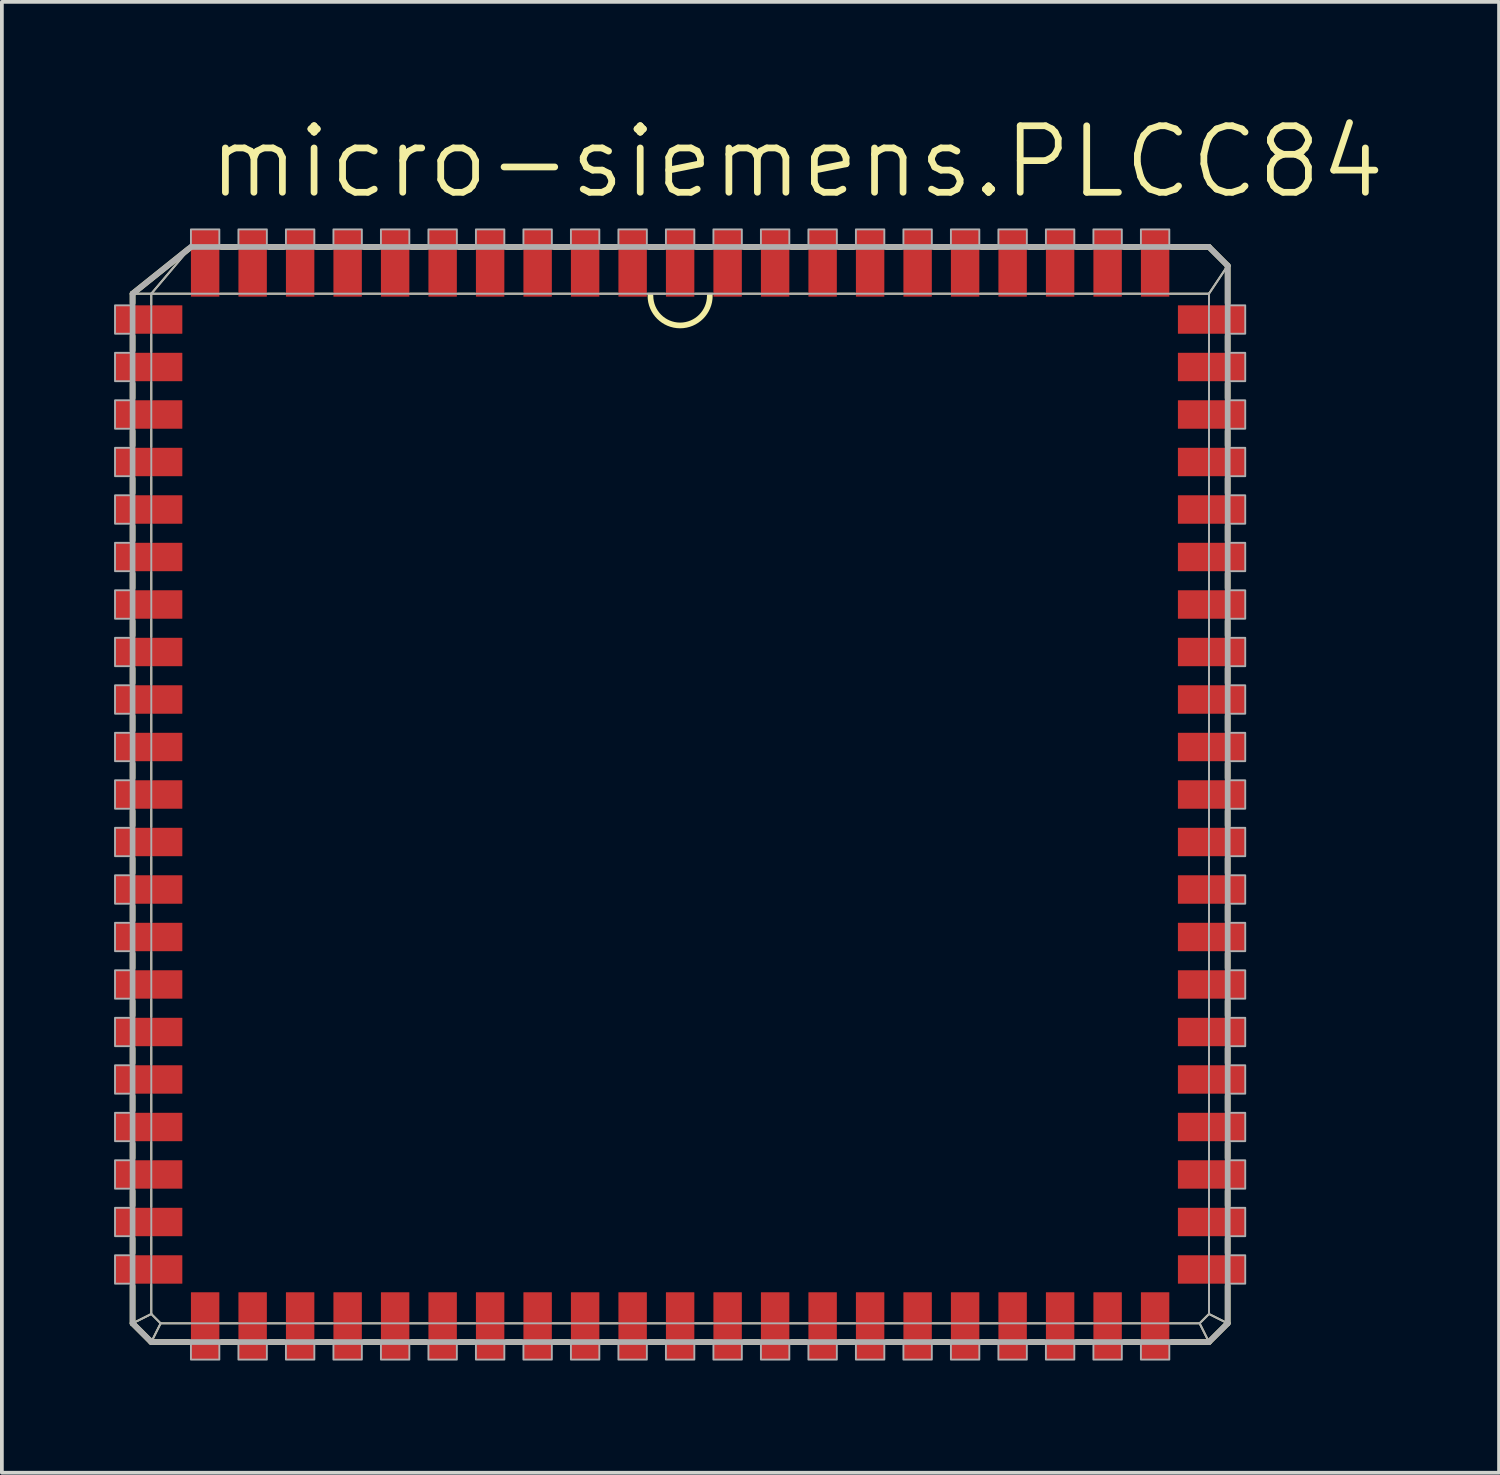
<source format=kicad_pcb>
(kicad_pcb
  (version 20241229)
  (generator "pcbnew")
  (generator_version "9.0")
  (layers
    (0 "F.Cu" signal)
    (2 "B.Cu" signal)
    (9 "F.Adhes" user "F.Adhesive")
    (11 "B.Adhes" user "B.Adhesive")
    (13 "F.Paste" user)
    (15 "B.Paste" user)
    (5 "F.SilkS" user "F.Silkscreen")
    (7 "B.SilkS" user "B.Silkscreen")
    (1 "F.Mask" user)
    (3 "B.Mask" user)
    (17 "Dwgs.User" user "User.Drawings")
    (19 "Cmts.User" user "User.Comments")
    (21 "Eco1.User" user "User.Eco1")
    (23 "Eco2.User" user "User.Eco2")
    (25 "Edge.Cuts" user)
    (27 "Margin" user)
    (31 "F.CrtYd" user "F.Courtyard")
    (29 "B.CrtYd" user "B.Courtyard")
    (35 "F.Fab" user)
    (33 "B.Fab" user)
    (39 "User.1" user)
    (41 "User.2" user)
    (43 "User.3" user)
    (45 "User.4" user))
  (footprint "micro-siemens.PLCC84"
    (layer "F.Cu")
    (at 15.135 18.193)
    (property "Reference" "micro-siemens.PLCC84" (at -12.7 -15.875 0) (layer "F.SilkS") (effects (font (size 1.778 1.778) (thickness 0.18)) (justify left bottom)))
    (attr smd)
    (fp_line (start -14.64 -13.39) (end -14.14 -13.39) (stroke (width 0.051) (type default)) (layer "F.SilkS"))
    (fp_line (start -14.64 -13.39) (end -13.14 -14.59) (stroke (width 0.152) (type default)) (layer "F.SilkS"))
    (fp_line (start -14.64 -13.14) (end -14.64 -13.39) (stroke (width 0.152) (type default)) (layer "F.SilkS"))
    (fp_line (start -14.64 -11.87) (end -14.64 -12.26) (stroke (width 0.152) (type default)) (layer "F.SilkS"))
    (fp_line (start -14.64 -10.6) (end -14.64 -10.99) (stroke (width 0.152) (type default)) (layer "F.SilkS"))
    (fp_line (start -14.64 -9.33) (end -14.64 -9.72) (stroke (width 0.152) (type default)) (layer "F.SilkS"))
    (fp_line (start -14.64 -8.06) (end -14.64 -8.45) (stroke (width 0.152) (type default)) (layer "F.SilkS"))
    (fp_line (start -14.64 -6.79) (end -14.64 -7.18) (stroke (width 0.152) (type default)) (layer "F.SilkS"))
    (fp_line (start -14.64 -5.52) (end -14.64 -5.91) (stroke (width 0.152) (type default)) (layer "F.SilkS"))
    (fp_line (start -14.64 -4.25) (end -14.64 -4.64) (stroke (width 0.152) (type default)) (layer "F.SilkS"))
    (fp_line (start -14.64 -2.98) (end -14.64 -3.37) (stroke (width 0.152) (type default)) (layer "F.SilkS"))
    (fp_line (start -14.64 -1.71) (end -14.64 -2.1) (stroke (width 0.152) (type default)) (layer "F.SilkS"))
    (fp_line (start -14.64 -0.44) (end -14.64 -0.83) (stroke (width 0.152) (type default)) (layer "F.SilkS"))
    (fp_line (start -14.64 0.83) (end -14.64 0.44) (stroke (width 0.152) (type default)) (layer "F.SilkS"))
    (fp_line (start -14.64 2.1) (end -14.64 1.71) (stroke (width 0.152) (type default)) (layer "F.SilkS"))
    (fp_line (start -14.64 3.37) (end -14.64 2.98) (stroke (width 0.152) (type default)) (layer "F.SilkS"))
    (fp_line (start -14.64 4.64) (end -14.64 4.25) (stroke (width 0.152) (type default)) (layer "F.SilkS"))
    (fp_line (start -14.64 5.91) (end -14.64 5.52) (stroke (width 0.152) (type default)) (layer "F.SilkS"))
    (fp_line (start -14.64 7.18) (end -14.64 6.79) (stroke (width 0.152) (type default)) (layer "F.SilkS"))
    (fp_line (start -14.64 8.45) (end -14.64 8.06) (stroke (width 0.152) (type default)) (layer "F.SilkS"))
    (fp_line (start -14.64 9.72) (end -14.64 9.33) (stroke (width 0.152) (type default)) (layer "F.SilkS"))
    (fp_line (start -14.64 10.99) (end -14.64 10.6) (stroke (width 0.152) (type default)) (layer "F.SilkS"))
    (fp_line (start -14.64 12.26) (end -14.64 11.87) (stroke (width 0.152) (type default)) (layer "F.SilkS"))
    (fp_line (start -14.64 14.14) (end -14.64 13.14) (stroke (width 0.152) (type default)) (layer "F.SilkS"))
    (fp_line (start -14.64 14.14) (end -14.14 13.89) (stroke (width 0.051) (type default)) (layer "F.SilkS"))
    (fp_line (start -14.14 -13.39) (end -13.1 -14.62) (stroke (width 0.051) (type default)) (layer "F.SilkS"))
    (fp_line (start -14.14 -13.39) (end -13.1 -13.39) (stroke (width 0.051) (type default)) (layer "F.SilkS"))
    (fp_line (start -14.14 -13.1) (end -14.14 -13.39) (stroke (width 0.051) (type default)) (layer "F.SilkS"))
    (fp_line (start -14.14 -11.83) (end -14.14 -12.3) (stroke (width 0.051) (type default)) (layer "F.SilkS"))
    (fp_line (start -14.14 -10.56) (end -14.14 -11.03) (stroke (width 0.051) (type default)) (layer "F.SilkS"))
    (fp_line (start -14.14 -9.29) (end -14.14 -9.76) (stroke (width 0.051) (type default)) (layer "F.SilkS"))
    (fp_line (start -14.14 -8.02) (end -14.14 -8.49) (stroke (width 0.051) (type default)) (layer "F.SilkS"))
    (fp_line (start -14.14 -6.75) (end -14.14 -7.22) (stroke (width 0.051) (type default)) (layer "F.SilkS"))
    (fp_line (start -14.14 -5.48) (end -14.14 -5.95) (stroke (width 0.051) (type default)) (layer "F.SilkS"))
    (fp_line (start -14.14 -4.21) (end -14.14 -4.68) (stroke (width 0.051) (type default)) (layer "F.SilkS"))
    (fp_line (start -14.14 -2.94) (end -14.14 -3.41) (stroke (width 0.051) (type default)) (layer "F.SilkS"))
    (fp_line (start -14.14 -1.67) (end -14.14 -2.14) (stroke (width 0.051) (type default)) (layer "F.SilkS"))
    (fp_line (start -14.14 -0.4) (end -14.14 -0.87) (stroke (width 0.051) (type default)) (layer "F.SilkS"))
    (fp_line (start -14.14 0.87) (end -14.14 0.4) (stroke (width 0.051) (type default)) (layer "F.SilkS"))
    (fp_line (start -14.14 2.14) (end -14.14 1.67) (stroke (width 0.051) (type default)) (layer "F.SilkS"))
    (fp_line (start -14.14 3.41) (end -14.14 2.94) (stroke (width 0.051) (type default)) (layer "F.SilkS"))
    (fp_line (start -14.14 4.68) (end -14.14 4.21) (stroke (width 0.051) (type default)) (layer "F.SilkS"))
    (fp_line (start -14.14 5.95) (end -14.14 5.48) (stroke (width 0.051) (type default)) (layer "F.SilkS"))
    (fp_line (start -14.14 7.22) (end -14.14 6.75) (stroke (width 0.051) (type default)) (layer "F.SilkS"))
    (fp_line (start -14.14 8.49) (end -14.14 8.02) (stroke (width 0.051) (type default)) (layer "F.SilkS"))
    (fp_line (start -14.14 9.76) (end -14.14 9.29) (stroke (width 0.051) (type default)) (layer "F.SilkS"))
    (fp_line (start -14.14 11.03) (end -14.14 10.56) (stroke (width 0.051) (type default)) (layer "F.SilkS"))
    (fp_line (start -14.14 12.3) (end -14.14 11.83) (stroke (width 0.051) (type default)) (layer "F.SilkS"))
    (fp_line (start -14.14 13.89) (end -14.14 13.1) (stroke (width 0.051) (type default)) (layer "F.SilkS"))
    (fp_line (start -14.14 14.64) (end -14.64 14.14) (stroke (width 0.152) (type default)) (layer "F.SilkS"))
    (fp_line (start -14.14 14.64) (end -13.89 14.14) (stroke (width 0.051) (type default)) (layer "F.SilkS"))
    (fp_line (start -13.89 14.14) (end -14.14 13.89) (stroke (width 0.051) (type default)) (layer "F.SilkS"))
    (fp_line (start -13.14 14.64) (end -14.14 14.64) (stroke (width 0.152) (type default)) (layer "F.SilkS"))
    (fp_line (start -13.1 14.14) (end -13.89 14.14) (stroke (width 0.051) (type default)) (layer "F.SilkS"))
    (fp_line (start -12.3 -13.39) (end -11.83 -13.39) (stroke (width 0.051) (type default)) (layer "F.SilkS"))
    (fp_line (start -12.26 -14.64) (end -11.87 -14.64) (stroke (width 0.152) (type default)) (layer "F.SilkS"))
    (fp_line (start -11.87 14.64) (end -12.26 14.64) (stroke (width 0.152) (type default)) (layer "F.SilkS"))
    (fp_line (start -11.83 14.14) (end -12.3 14.14) (stroke (width 0.051) (type default)) (layer "F.SilkS"))
    (fp_line (start -11.03 -13.39) (end -10.56 -13.39) (stroke (width 0.051) (type default)) (layer "F.SilkS"))
    (fp_line (start -10.99 -14.64) (end -10.6 -14.64) (stroke (width 0.152) (type default)) (layer "F.SilkS"))
    (fp_line (start -10.6 14.64) (end -10.99 14.64) (stroke (width 0.152) (type default)) (layer "F.SilkS"))
    (fp_line (start -10.56 14.14) (end -11.03 14.14) (stroke (width 0.051) (type default)) (layer "F.SilkS"))
    (fp_line (start -9.76 -13.39) (end -9.29 -13.39) (stroke (width 0.051) (type default)) (layer "F.SilkS"))
    (fp_line (start -9.72 -14.64) (end -9.33 -14.64) (stroke (width 0.152) (type default)) (layer "F.SilkS"))
    (fp_line (start -9.33 14.64) (end -9.72 14.64) (stroke (width 0.152) (type default)) (layer "F.SilkS"))
    (fp_line (start -9.29 14.14) (end -9.76 14.14) (stroke (width 0.051) (type default)) (layer "F.SilkS"))
    (fp_line (start -8.49 -13.39) (end -8.02 -13.39) (stroke (width 0.051) (type default)) (layer "F.SilkS"))
    (fp_line (start -8.45 -14.64) (end -8.06 -14.64) (stroke (width 0.152) (type default)) (layer "F.SilkS"))
    (fp_line (start -8.06 14.64) (end -8.45 14.64) (stroke (width 0.152) (type default)) (layer "F.SilkS"))
    (fp_line (start -8.02 14.14) (end -8.49 14.14) (stroke (width 0.051) (type default)) (layer "F.SilkS"))
    (fp_line (start -7.22 -13.39) (end -6.75 -13.39) (stroke (width 0.051) (type default)) (layer "F.SilkS"))
    (fp_line (start -7.18 -14.64) (end -6.79 -14.64) (stroke (width 0.152) (type default)) (layer "F.SilkS"))
    (fp_line (start -6.79 14.64) (end -7.18 14.64) (stroke (width 0.152) (type default)) (layer "F.SilkS"))
    (fp_line (start -6.75 14.14) (end -7.22 14.14) (stroke (width 0.051) (type default)) (layer "F.SilkS"))
    (fp_line (start -5.95 -13.39) (end -5.48 -13.39) (stroke (width 0.051) (type default)) (layer "F.SilkS"))
    (fp_line (start -5.91 -14.64) (end -5.52 -14.64) (stroke (width 0.152) (type default)) (layer "F.SilkS"))
    (fp_line (start -5.52 14.64) (end -5.91 14.64) (stroke (width 0.152) (type default)) (layer "F.SilkS"))
    (fp_line (start -5.48 14.14) (end -5.95 14.14) (stroke (width 0.051) (type default)) (layer "F.SilkS"))
    (fp_line (start -4.68 -13.39) (end -4.21 -13.39) (stroke (width 0.051) (type default)) (layer "F.SilkS"))
    (fp_line (start -4.64 -14.64) (end -4.25 -14.64) (stroke (width 0.152) (type default)) (layer "F.SilkS"))
    (fp_line (start -4.25 14.64) (end -4.64 14.64) (stroke (width 0.152) (type default)) (layer "F.SilkS"))
    (fp_line (start -4.21 14.14) (end -4.68 14.14) (stroke (width 0.051) (type default)) (layer "F.SilkS"))
    (fp_line (start -3.41 -13.39) (end -2.94 -13.39) (stroke (width 0.051) (type default)) (layer "F.SilkS"))
    (fp_line (start -3.37 -14.64) (end -2.98 -14.64) (stroke (width 0.152) (type default)) (layer "F.SilkS"))
    (fp_line (start -2.98 14.64) (end -3.37 14.64) (stroke (width 0.152) (type default)) (layer "F.SilkS"))
    (fp_line (start -2.94 14.14) (end -3.41 14.14) (stroke (width 0.051) (type default)) (layer "F.SilkS"))
    (fp_line (start -2.14 -13.39) (end -1.67 -13.39) (stroke (width 0.051) (type default)) (layer "F.SilkS"))
    (fp_line (start -2.1 -14.64) (end -1.71 -14.64) (stroke (width 0.152) (type default)) (layer "F.SilkS"))
    (fp_line (start -1.71 14.64) (end -2.1 14.64) (stroke (width 0.152) (type default)) (layer "F.SilkS"))
    (fp_line (start -1.67 14.14) (end -2.14 14.14) (stroke (width 0.051) (type default)) (layer "F.SilkS"))
    (fp_line (start -0.87 -13.39) (end -0.4 -13.39) (stroke (width 0.051) (type default)) (layer "F.SilkS"))
    (fp_line (start -0.83 -14.64) (end -0.44 -14.64) (stroke (width 0.152) (type default)) (layer "F.SilkS"))
    (fp_line (start -0.44 14.64) (end -0.83 14.64) (stroke (width 0.152) (type default)) (layer "F.SilkS"))
    (fp_line (start -0.4 14.14) (end -0.87 14.14) (stroke (width 0.051) (type default)) (layer "F.SilkS"))
    (fp_line (start 0.4 -13.39) (end 0.87 -13.39) (stroke (width 0.051) (type default)) (layer "F.SilkS"))
    (fp_line (start 0.44 -14.64) (end 0.83 -14.64) (stroke (width 0.152) (type default)) (layer "F.SilkS"))
    (fp_line (start 0.83 14.64) (end 0.44 14.64) (stroke (width 0.152) (type default)) (layer "F.SilkS"))
    (fp_line (start 0.87 14.14) (end 0.4 14.14) (stroke (width 0.051) (type default)) (layer "F.SilkS"))
    (fp_line (start 1.67 -13.39) (end 2.14 -13.39) (stroke (width 0.051) (type default)) (layer "F.SilkS"))
    (fp_line (start 1.71 -14.64) (end 2.1 -14.64) (stroke (width 0.152) (type default)) (layer "F.SilkS"))
    (fp_line (start 2.1 14.64) (end 1.71 14.64) (stroke (width 0.152) (type default)) (layer "F.SilkS"))
    (fp_line (start 2.14 14.14) (end 1.67 14.14) (stroke (width 0.051) (type default)) (layer "F.SilkS"))
    (fp_line (start 2.94 -13.39) (end 3.41 -13.39) (stroke (width 0.051) (type default)) (layer "F.SilkS"))
    (fp_line (start 2.98 -14.64) (end 3.37 -14.64) (stroke (width 0.152) (type default)) (layer "F.SilkS"))
    (fp_line (start 3.37 14.64) (end 2.98 14.64) (stroke (width 0.152) (type default)) (layer "F.SilkS"))
    (fp_line (start 3.41 14.14) (end 2.94 14.14) (stroke (width 0.051) (type default)) (layer "F.SilkS"))
    (fp_line (start 4.21 -13.39) (end 4.68 -13.39) (stroke (width 0.051) (type default)) (layer "F.SilkS"))
    (fp_line (start 4.25 -14.64) (end 4.64 -14.64) (stroke (width 0.152) (type default)) (layer "F.SilkS"))
    (fp_line (start 4.64 14.64) (end 4.25 14.64) (stroke (width 0.152) (type default)) (layer "F.SilkS"))
    (fp_line (start 4.68 14.14) (end 4.21 14.14) (stroke (width 0.051) (type default)) (layer "F.SilkS"))
    (fp_line (start 5.48 -13.39) (end 5.95 -13.39) (stroke (width 0.051) (type default)) (layer "F.SilkS"))
    (fp_line (start 5.52 -14.64) (end 5.91 -14.64) (stroke (width 0.152) (type default)) (layer "F.SilkS"))
    (fp_line (start 5.91 14.64) (end 5.52 14.64) (stroke (width 0.152) (type default)) (layer "F.SilkS"))
    (fp_line (start 5.95 14.14) (end 5.48 14.14) (stroke (width 0.051) (type default)) (layer "F.SilkS"))
    (fp_line (start 6.75 -13.39) (end 7.22 -13.39) (stroke (width 0.051) (type default)) (layer "F.SilkS"))
    (fp_line (start 6.79 -14.64) (end 7.18 -14.64) (stroke (width 0.152) (type default)) (layer "F.SilkS"))
    (fp_line (start 7.18 14.64) (end 6.79 14.64) (stroke (width 0.152) (type default)) (layer "F.SilkS"))
    (fp_line (start 7.22 14.14) (end 6.75 14.14) (stroke (width 0.051) (type default)) (layer "F.SilkS"))
    (fp_line (start 8.02 -13.39) (end 8.49 -13.39) (stroke (width 0.051) (type default)) (layer "F.SilkS"))
    (fp_line (start 8.06 -14.64) (end 8.45 -14.64) (stroke (width 0.152) (type default)) (layer "F.SilkS"))
    (fp_line (start 8.45 14.64) (end 8.06 14.64) (stroke (width 0.152) (type default)) (layer "F.SilkS"))
    (fp_line (start 8.49 14.14) (end 8.02 14.14) (stroke (width 0.051) (type default)) (layer "F.SilkS"))
    (fp_line (start 9.29 -13.39) (end 9.76 -13.39) (stroke (width 0.051) (type default)) (layer "F.SilkS"))
    (fp_line (start 9.33 -14.64) (end 9.72 -14.64) (stroke (width 0.152) (type default)) (layer "F.SilkS"))
    (fp_line (start 9.72 14.64) (end 9.33 14.64) (stroke (width 0.152) (type default)) (layer "F.SilkS"))
    (fp_line (start 9.76 14.14) (end 9.29 14.14) (stroke (width 0.051) (type default)) (layer "F.SilkS"))
    (fp_line (start 10.56 -13.39) (end 11.03 -13.39) (stroke (width 0.051) (type default)) (layer "F.SilkS"))
    (fp_line (start 10.6 -14.64) (end 10.99 -14.64) (stroke (width 0.152) (type default)) (layer "F.SilkS"))
    (fp_line (start 10.99 14.64) (end 10.6 14.64) (stroke (width 0.152) (type default)) (layer "F.SilkS"))
    (fp_line (start 11.03 14.14) (end 10.56 14.14) (stroke (width 0.051) (type default)) (layer "F.SilkS"))
    (fp_line (start 11.83 -13.39) (end 12.3 -13.39) (stroke (width 0.051) (type default)) (layer "F.SilkS"))
    (fp_line (start 11.87 -14.64) (end 12.26 -14.64) (stroke (width 0.152) (type default)) (layer "F.SilkS"))
    (fp_line (start 12.26 14.64) (end 11.87 14.64) (stroke (width 0.152) (type default)) (layer "F.SilkS"))
    (fp_line (start 12.3 14.14) (end 11.83 14.14) (stroke (width 0.051) (type default)) (layer "F.SilkS"))
    (fp_line (start 13.1 -13.39) (end 14.14 -13.39) (stroke (width 0.051) (type default)) (layer "F.SilkS"))
    (fp_line (start 13.14 -14.64) (end 14.14 -14.64) (stroke (width 0.152) (type default)) (layer "F.SilkS"))
    (fp_line (start 13.89 14.14) (end 13.1 14.14) (stroke (width 0.051) (type default)) (layer "F.SilkS"))
    (fp_line (start 13.89 14.14) (end 14.14 14.64) (stroke (width 0.051) (type default)) (layer "F.SilkS"))
    (fp_line (start 14.14 -14.64) (end 14.64 -14.14) (stroke (width 0.152) (type default)) (layer "F.SilkS"))
    (fp_line (start 14.14 -13.39) (end 14.14 -13.1) (stroke (width 0.051) (type default)) (layer "F.SilkS"))
    (fp_line (start 14.14 -12.3) (end 14.14 -11.83) (stroke (width 0.051) (type default)) (layer "F.SilkS"))
    (fp_line (start 14.14 -11.03) (end 14.14 -10.56) (stroke (width 0.051) (type default)) (layer "F.SilkS"))
    (fp_line (start 14.14 -9.76) (end 14.14 -9.29) (stroke (width 0.051) (type default)) (layer "F.SilkS"))
    (fp_line (start 14.14 -8.49) (end 14.14 -8.02) (stroke (width 0.051) (type default)) (layer "F.SilkS"))
    (fp_line (start 14.14 -7.22) (end 14.14 -6.75) (stroke (width 0.051) (type default)) (layer "F.SilkS"))
    (fp_line (start 14.14 -5.95) (end 14.14 -5.48) (stroke (width 0.051) (type default)) (layer "F.SilkS"))
    (fp_line (start 14.14 -4.68) (end 14.14 -4.21) (stroke (width 0.051) (type default)) (layer "F.SilkS"))
    (fp_line (start 14.14 -3.41) (end 14.14 -2.94) (stroke (width 0.051) (type default)) (layer "F.SilkS"))
    (fp_line (start 14.14 -2.14) (end 14.14 -1.67) (stroke (width 0.051) (type default)) (layer "F.SilkS"))
    (fp_line (start 14.14 -0.87) (end 14.14 -0.4) (stroke (width 0.051) (type default)) (layer "F.SilkS"))
    (fp_line (start 14.14 0.4) (end 14.14 0.87) (stroke (width 0.051) (type default)) (layer "F.SilkS"))
    (fp_line (start 14.14 1.67) (end 14.14 2.14) (stroke (width 0.051) (type default)) (layer "F.SilkS"))
    (fp_line (start 14.14 2.94) (end 14.14 3.41) (stroke (width 0.051) (type default)) (layer "F.SilkS"))
    (fp_line (start 14.14 4.21) (end 14.14 4.68) (stroke (width 0.051) (type default)) (layer "F.SilkS"))
    (fp_line (start 14.14 5.48) (end 14.14 5.95) (stroke (width 0.051) (type default)) (layer "F.SilkS"))
    (fp_line (start 14.14 6.75) (end 14.14 7.22) (stroke (width 0.051) (type default)) (layer "F.SilkS"))
    (fp_line (start 14.14 8.02) (end 14.14 8.49) (stroke (width 0.051) (type default)) (layer "F.SilkS"))
    (fp_line (start 14.14 9.29) (end 14.14 9.76) (stroke (width 0.051) (type default)) (layer "F.SilkS"))
    (fp_line (start 14.14 10.56) (end 14.14 11.03) (stroke (width 0.051) (type default)) (layer "F.SilkS"))
    (fp_line (start 14.14 11.83) (end 14.14 12.3) (stroke (width 0.051) (type default)) (layer "F.SilkS"))
    (fp_line (start 14.14 13.1) (end 14.14 13.89) (stroke (width 0.051) (type default)) (layer "F.SilkS"))
    (fp_line (start 14.14 13.89) (end 13.89 14.14) (stroke (width 0.051) (type default)) (layer "F.SilkS"))
    (fp_line (start 14.14 13.89) (end 14.64 14.14) (stroke (width 0.051) (type default)) (layer "F.SilkS"))
    (fp_line (start 14.14 14.64) (end 13.14 14.64) (stroke (width 0.152) (type default)) (layer "F.SilkS"))
    (fp_line (start 14.64 -14.14) (end 14.14 -13.39) (stroke (width 0.051) (type default)) (layer "F.SilkS"))
    (fp_line (start 14.64 -14.14) (end 14.64 -13.14) (stroke (width 0.152) (type default)) (layer "F.SilkS"))
    (fp_line (start 14.64 -12.26) (end 14.64 -11.87) (stroke (width 0.152) (type default)) (layer "F.SilkS"))
    (fp_line (start 14.64 -10.99) (end 14.64 -10.6) (stroke (width 0.152) (type default)) (layer "F.SilkS"))
    (fp_line (start 14.64 -9.72) (end 14.64 -9.33) (stroke (width 0.152) (type default)) (layer "F.SilkS"))
    (fp_line (start 14.64 -8.45) (end 14.64 -8.06) (stroke (width 0.152) (type default)) (layer "F.SilkS"))
    (fp_line (start 14.64 -7.18) (end 14.64 -6.79) (stroke (width 0.152) (type default)) (layer "F.SilkS"))
    (fp_line (start 14.64 -5.91) (end 14.64 -5.52) (stroke (width 0.152) (type default)) (layer "F.SilkS"))
    (fp_line (start 14.64 -4.64) (end 14.64 -4.25) (stroke (width 0.152) (type default)) (layer "F.SilkS"))
    (fp_line (start 14.64 -3.37) (end 14.64 -2.98) (stroke (width 0.152) (type default)) (layer "F.SilkS"))
    (fp_line (start 14.64 -2.1) (end 14.64 -1.71) (stroke (width 0.152) (type default)) (layer "F.SilkS"))
    (fp_line (start 14.64 -0.83) (end 14.64 -0.44) (stroke (width 0.152) (type default)) (layer "F.SilkS"))
    (fp_line (start 14.64 0.44) (end 14.64 0.83) (stroke (width 0.152) (type default)) (layer "F.SilkS"))
    (fp_line (start 14.64 1.71) (end 14.64 2.1) (stroke (width 0.152) (type default)) (layer "F.SilkS"))
    (fp_line (start 14.64 2.98) (end 14.64 3.37) (stroke (width 0.152) (type default)) (layer "F.SilkS"))
    (fp_line (start 14.64 4.25) (end 14.64 4.64) (stroke (width 0.152) (type default)) (layer "F.SilkS"))
    (fp_line (start 14.64 5.52) (end 14.64 5.91) (stroke (width 0.152) (type default)) (layer "F.SilkS"))
    (fp_line (start 14.64 6.79) (end 14.64 7.18) (stroke (width 0.152) (type default)) (layer "F.SilkS"))
    (fp_line (start 14.64 8.06) (end 14.64 8.45) (stroke (width 0.152) (type default)) (layer "F.SilkS"))
    (fp_line (start 14.64 9.33) (end 14.64 9.72) (stroke (width 0.152) (type default)) (layer "F.SilkS"))
    (fp_line (start 14.64 10.6) (end 14.64 10.99) (stroke (width 0.152) (type default)) (layer "F.SilkS"))
    (fp_line (start 14.64 11.87) (end 14.64 12.26) (stroke (width 0.152) (type default)) (layer "F.SilkS"))
    (fp_line (start 14.64 13.14) (end 14.64 14.14) (stroke (width 0.152) (type default)) (layer "F.SilkS"))
    (fp_line (start 14.64 14.14) (end 14.14 14.64) (stroke (width 0.152) (type default)) (layer "F.SilkS"))
    (fp_arc (start 0.7938 -13.335) (mid 0 -12.5412) (end -0.7938 -13.335) (stroke (width 0.1524) (type default)) (layer "F.SilkS"))
    (fp_line (start -14.64 -13.39) (end -14.14 -13.39) (stroke (width 0.051) (type default)) (layer "F.Fab"))
    (fp_line (start -14.64 -13.39) (end -13.08 -14.64) (stroke (width 0.152) (type default)) (layer "F.Fab"))
    (fp_line (start -14.64 14.14) (end -14.64 -13.39) (stroke (width 0.152) (type default)) (layer "F.Fab"))
    (fp_line (start -14.64 14.14) (end -14.14 13.89) (stroke (width 0.051) (type default)) (layer "F.Fab"))
    (fp_line (start -14.14 -13.39) (end -13.08 -14.64) (stroke (width 0.051) (type default)) (layer "F.Fab"))
    (fp_line (start -14.14 -13.39) (end 14.14 -13.39) (stroke (width 0.051) (type default)) (layer "F.Fab"))
    (fp_line (start -14.14 13.89) (end -14.14 -13.39) (stroke (width 0.051) (type default)) (layer "F.Fab"))
    (fp_line (start -14.14 14.64) (end -14.64 14.14) (stroke (width 0.152) (type default)) (layer "F.Fab"))
    (fp_line (start -14.14 14.64) (end -13.89 14.14) (stroke (width 0.051) (type default)) (layer "F.Fab"))
    (fp_line (start -13.89 14.14) (end -14.14 13.89) (stroke (width 0.051) (type default)) (layer "F.Fab"))
    (fp_line (start -13.08 -14.64) (end 14.14 -14.64) (stroke (width 0.152) (type default)) (layer "F.Fab"))
    (fp_line (start 13.89 14.14) (end -13.89 14.14) (stroke (width 0.051) (type default)) (layer "F.Fab"))
    (fp_line (start 13.89 14.14) (end 14.14 14.64) (stroke (width 0.051) (type default)) (layer "F.Fab"))
    (fp_line (start 14.14 -14.64) (end 14.64 -14.14) (stroke (width 0.152) (type default)) (layer "F.Fab"))
    (fp_line (start 14.14 -13.39) (end 14.14 13.89) (stroke (width 0.051) (type default)) (layer "F.Fab"))
    (fp_line (start 14.14 13.89) (end 13.89 14.14) (stroke (width 0.051) (type default)) (layer "F.Fab"))
    (fp_line (start 14.14 13.89) (end 14.64 14.14) (stroke (width 0.051) (type default)) (layer "F.Fab"))
    (fp_line (start 14.14 14.64) (end -14.14 14.64) (stroke (width 0.152) (type default)) (layer "F.Fab"))
    (fp_line (start 14.64 -14.14) (end 14.14 -13.39) (stroke (width 0.051) (type default)) (layer "F.Fab"))
    (fp_line (start 14.64 -14.14) (end 14.64 14.14) (stroke (width 0.152) (type default)) (layer "F.Fab"))
    (fp_line (start 14.64 14.14) (end 14.14 14.64) (stroke (width 0.152) (type default)) (layer "F.Fab"))
    (fp_rect (start -15.11 -12.32) (end -14.64 -13.08) (stroke (width 0.05) (type default)) (fill no) (layer "F.Fab"))
    (fp_rect (start -15.11 -11.05) (end -14.64 -11.81) (stroke (width 0.05) (type default)) (fill no) (layer "F.Fab"))
    (fp_rect (start -15.11 -9.78) (end -14.64 -10.54) (stroke (width 0.05) (type default)) (fill no) (layer "F.Fab"))
    (fp_rect (start -15.11 -8.51) (end -14.64 -9.27) (stroke (width 0.05) (type default)) (fill no) (layer "F.Fab"))
    (fp_rect (start -15.11 -7.24) (end -14.64 -8) (stroke (width 0.05) (type default)) (fill no) (layer "F.Fab"))
    (fp_rect (start -15.11 -5.97) (end -14.64 -6.73) (stroke (width 0.05) (type default)) (fill no) (layer "F.Fab"))
    (fp_rect (start -15.11 -4.7) (end -14.64 -5.46) (stroke (width 0.05) (type default)) (fill no) (layer "F.Fab"))
    (fp_rect (start -15.11 -3.43) (end -14.64 -4.19) (stroke (width 0.05) (type default)) (fill no) (layer "F.Fab"))
    (fp_rect (start -15.11 -2.16) (end -14.64 -2.92) (stroke (width 0.05) (type default)) (fill no) (layer "F.Fab"))
    (fp_rect (start -15.11 -0.89) (end -14.64 -1.65) (stroke (width 0.05) (type default)) (fill no) (layer "F.Fab"))
    (fp_rect (start -15.11 0.38) (end -14.64 -0.38) (stroke (width 0.05) (type default)) (fill no) (layer "F.Fab"))
    (fp_rect (start -15.11 1.65) (end -14.64 0.89) (stroke (width 0.05) (type default)) (fill no) (layer "F.Fab"))
    (fp_rect (start -15.11 2.92) (end -14.64 2.16) (stroke (width 0.05) (type default)) (fill no) (layer "F.Fab"))
    (fp_rect (start -15.11 4.19) (end -14.64 3.43) (stroke (width 0.05) (type default)) (fill no) (layer "F.Fab"))
    (fp_rect (start -15.11 5.46) (end -14.64 4.7) (stroke (width 0.05) (type default)) (fill no) (layer "F.Fab"))
    (fp_rect (start -15.11 6.73) (end -14.64 5.97) (stroke (width 0.05) (type default)) (fill no) (layer "F.Fab"))
    (fp_rect (start -15.11 8) (end -14.64 7.24) (stroke (width 0.05) (type default)) (fill no) (layer "F.Fab"))
    (fp_rect (start -15.11 9.27) (end -14.64 8.51) (stroke (width 0.05) (type default)) (fill no) (layer "F.Fab"))
    (fp_rect (start -15.11 10.54) (end -14.64 9.78) (stroke (width 0.05) (type default)) (fill no) (layer "F.Fab"))
    (fp_rect (start -15.11 11.81) (end -14.64 11.05) (stroke (width 0.05) (type default)) (fill no) (layer "F.Fab"))
    (fp_rect (start -15.11 13.08) (end -14.64 12.32) (stroke (width 0.05) (type default)) (fill no) (layer "F.Fab"))
    (fp_rect (start -13.08 -14.64) (end -12.32 -15.11) (stroke (width 0.05) (type default)) (fill no) (layer "F.Fab"))
    (fp_rect (start -13.08 15.11) (end -12.32 14.64) (stroke (width 0.05) (type default)) (fill no) (layer "F.Fab"))
    (fp_rect (start -11.81 -14.64) (end -11.05 -15.11) (stroke (width 0.05) (type default)) (fill no) (layer "F.Fab"))
    (fp_rect (start -11.81 15.11) (end -11.05 14.64) (stroke (width 0.05) (type default)) (fill no) (layer "F.Fab"))
    (fp_rect (start -10.54 -14.64) (end -9.78 -15.11) (stroke (width 0.05) (type default)) (fill no) (layer "F.Fab"))
    (fp_rect (start -10.54 15.11) (end -9.78 14.64) (stroke (width 0.05) (type default)) (fill no) (layer "F.Fab"))
    (fp_rect (start -9.27 -14.64) (end -8.51 -15.11) (stroke (width 0.05) (type default)) (fill no) (layer "F.Fab"))
    (fp_rect (start -9.27 15.11) (end -8.51 14.64) (stroke (width 0.05) (type default)) (fill no) (layer "F.Fab"))
    (fp_rect (start -8 -14.64) (end -7.24 -15.11) (stroke (width 0.05) (type default)) (fill no) (layer "F.Fab"))
    (fp_rect (start -8 15.11) (end -7.24 14.64) (stroke (width 0.05) (type default)) (fill no) (layer "F.Fab"))
    (fp_rect (start -6.73 -14.64) (end -5.97 -15.11) (stroke (width 0.05) (type default)) (fill no) (layer "F.Fab"))
    (fp_rect (start -6.73 15.11) (end -5.97 14.64) (stroke (width 0.05) (type default)) (fill no) (layer "F.Fab"))
    (fp_rect (start -5.46 -14.64) (end -4.7 -15.11) (stroke (width 0.05) (type default)) (fill no) (layer "F.Fab"))
    (fp_rect (start -5.46 15.11) (end -4.7 14.64) (stroke (width 0.05) (type default)) (fill no) (layer "F.Fab"))
    (fp_rect (start -4.19 -14.64) (end -3.43 -15.11) (stroke (width 0.05) (type default)) (fill no) (layer "F.Fab"))
    (fp_rect (start -4.19 15.11) (end -3.43 14.64) (stroke (width 0.05) (type default)) (fill no) (layer "F.Fab"))
    (fp_rect (start -2.92 -14.64) (end -2.16 -15.11) (stroke (width 0.05) (type default)) (fill no) (layer "F.Fab"))
    (fp_rect (start -2.92 15.11) (end -2.16 14.64) (stroke (width 0.05) (type default)) (fill no) (layer "F.Fab"))
    (fp_rect (start -1.65 -14.64) (end -0.89 -15.11) (stroke (width 0.05) (type default)) (fill no) (layer "F.Fab"))
    (fp_rect (start -1.65 15.11) (end -0.89 14.64) (stroke (width 0.05) (type default)) (fill no) (layer "F.Fab"))
    (fp_rect (start -0.38 -14.64) (end 0.38 -15.11) (stroke (width 0.05) (type default)) (fill no) (layer "F.Fab"))
    (fp_rect (start -0.38 15.11) (end 0.38 14.64) (stroke (width 0.05) (type default)) (fill no) (layer "F.Fab"))
    (fp_rect (start 0.89 -14.64) (end 1.65 -15.11) (stroke (width 0.05) (type default)) (fill no) (layer "F.Fab"))
    (fp_rect (start 0.89 15.11) (end 1.65 14.64) (stroke (width 0.05) (type default)) (fill no) (layer "F.Fab"))
    (fp_rect (start 2.16 -14.64) (end 2.92 -15.11) (stroke (width 0.05) (type default)) (fill no) (layer "F.Fab"))
    (fp_rect (start 2.16 15.11) (end 2.92 14.64) (stroke (width 0.05) (type default)) (fill no) (layer "F.Fab"))
    (fp_rect (start 3.43 -14.64) (end 4.19 -15.11) (stroke (width 0.05) (type default)) (fill no) (layer "F.Fab"))
    (fp_rect (start 3.43 15.11) (end 4.19 14.64) (stroke (width 0.05) (type default)) (fill no) (layer "F.Fab"))
    (fp_rect (start 4.7 -14.64) (end 5.46 -15.11) (stroke (width 0.05) (type default)) (fill no) (layer "F.Fab"))
    (fp_rect (start 4.7 15.11) (end 5.46 14.64) (stroke (width 0.05) (type default)) (fill no) (layer "F.Fab"))
    (fp_rect (start 5.97 -14.64) (end 6.73 -15.11) (stroke (width 0.05) (type default)) (fill no) (layer "F.Fab"))
    (fp_rect (start 5.97 15.11) (end 6.73 14.64) (stroke (width 0.05) (type default)) (fill no) (layer "F.Fab"))
    (fp_rect (start 7.24 -14.64) (end 8 -15.11) (stroke (width 0.05) (type default)) (fill no) (layer "F.Fab"))
    (fp_rect (start 7.24 15.11) (end 8 14.64) (stroke (width 0.05) (type default)) (fill no) (layer "F.Fab"))
    (fp_rect (start 8.51 -14.64) (end 9.27 -15.11) (stroke (width 0.05) (type default)) (fill no) (layer "F.Fab"))
    (fp_rect (start 8.51 15.11) (end 9.27 14.64) (stroke (width 0.05) (type default)) (fill no) (layer "F.Fab"))
    (fp_rect (start 9.78 -14.64) (end 10.54 -15.11) (stroke (width 0.05) (type default)) (fill no) (layer "F.Fab"))
    (fp_rect (start 9.78 15.11) (end 10.54 14.64) (stroke (width 0.05) (type default)) (fill no) (layer "F.Fab"))
    (fp_rect (start 11.05 -14.64) (end 11.81 -15.11) (stroke (width 0.05) (type default)) (fill no) (layer "F.Fab"))
    (fp_rect (start 11.05 15.11) (end 11.81 14.64) (stroke (width 0.05) (type default)) (fill no) (layer "F.Fab"))
    (fp_rect (start 12.32 -14.64) (end 13.08 -15.11) (stroke (width 0.05) (type default)) (fill no) (layer "F.Fab"))
    (fp_rect (start 12.32 15.11) (end 13.08 14.64) (stroke (width 0.05) (type default)) (fill no) (layer "F.Fab"))
    (fp_rect (start 14.64 -12.32) (end 15.11 -13.08) (stroke (width 0.05) (type default)) (fill no) (layer "F.Fab"))
    (fp_rect (start 14.64 -11.05) (end 15.11 -11.81) (stroke (width 0.05) (type default)) (fill no) (layer "F.Fab"))
    (fp_rect (start 14.64 -9.78) (end 15.11 -10.54) (stroke (width 0.05) (type default)) (fill no) (layer "F.Fab"))
    (fp_rect (start 14.64 -8.51) (end 15.11 -9.27) (stroke (width 0.05) (type default)) (fill no) (layer "F.Fab"))
    (fp_rect (start 14.64 -7.24) (end 15.11 -8) (stroke (width 0.05) (type default)) (fill no) (layer "F.Fab"))
    (fp_rect (start 14.64 -5.97) (end 15.11 -6.73) (stroke (width 0.05) (type default)) (fill no) (layer "F.Fab"))
    (fp_rect (start 14.64 -4.7) (end 15.11 -5.46) (stroke (width 0.05) (type default)) (fill no) (layer "F.Fab"))
    (fp_rect (start 14.64 -3.43) (end 15.11 -4.19) (stroke (width 0.05) (type default)) (fill no) (layer "F.Fab"))
    (fp_rect (start 14.64 -2.16) (end 15.11 -2.92) (stroke (width 0.05) (type default)) (fill no) (layer "F.Fab"))
    (fp_rect (start 14.64 -0.89) (end 15.11 -1.65) (stroke (width 0.05) (type default)) (fill no) (layer "F.Fab"))
    (fp_rect (start 14.64 0.38) (end 15.11 -0.38) (stroke (width 0.05) (type default)) (fill no) (layer "F.Fab"))
    (fp_rect (start 14.64 1.65) (end 15.11 0.89) (stroke (width 0.05) (type default)) (fill no) (layer "F.Fab"))
    (fp_rect (start 14.64 2.92) (end 15.11 2.16) (stroke (width 0.05) (type default)) (fill no) (layer "F.Fab"))
    (fp_rect (start 14.64 4.19) (end 15.11 3.43) (stroke (width 0.05) (type default)) (fill no) (layer "F.Fab"))
    (fp_rect (start 14.64 5.46) (end 15.11 4.7) (stroke (width 0.05) (type default)) (fill no) (layer "F.Fab"))
    (fp_rect (start 14.64 6.73) (end 15.11 5.97) (stroke (width 0.05) (type default)) (fill no) (layer "F.Fab"))
    (fp_rect (start 14.64 8) (end 15.11 7.24) (stroke (width 0.05) (type default)) (fill no) (layer "F.Fab"))
    (fp_rect (start 14.64 9.27) (end 15.11 8.51) (stroke (width 0.05) (type default)) (fill no) (layer "F.Fab"))
    (fp_rect (start 14.64 10.54) (end 15.11 9.78) (stroke (width 0.05) (type default)) (fill no) (layer "F.Fab"))
    (fp_rect (start 14.64 11.81) (end 15.11 11.05) (stroke (width 0.05) (type default)) (fill no) (layer "F.Fab"))
    (fp_rect (start 14.64 13.08) (end 15.11 12.32) (stroke (width 0.05) (type default)) (fill no) (layer "F.Fab"))
    (pad "1" smd roundrect (at 0 -14.21) (size 0.76 1.8) (layers "F.Cu" "F.Mask" "F.Paste") (roundrect_rratio 0.01))
    (pad "2" smd roundrect (at -1.27 -14.21) (size 0.76 1.8) (layers "F.Cu" "F.Mask" "F.Paste") (roundrect_rratio 0.01))
    (pad "3" smd roundrect (at -2.54 -14.21) (size 0.76 1.8) (layers "F.Cu" "F.Mask" "F.Paste") (roundrect_rratio 0.01))
    (pad "4" smd roundrect (at -3.81 -14.21) (size 0.76 1.8) (layers "F.Cu" "F.Mask" "F.Paste") (roundrect_rratio 0.01))
    (pad "5" smd roundrect (at -5.08 -14.21) (size 0.76 1.8) (layers "F.Cu" "F.Mask" "F.Paste") (roundrect_rratio 0.01))
    (pad "6" smd roundrect (at -6.35 -14.21) (size 0.76 1.8) (layers "F.Cu" "F.Mask" "F.Paste") (roundrect_rratio 0.01))
    (pad "7" smd roundrect (at -7.62 -14.21) (size 0.76 1.8) (layers "F.Cu" "F.Mask" "F.Paste") (roundrect_rratio 0.01))
    (pad "8" smd roundrect (at -8.89 -14.21) (size 0.76 1.8) (layers "F.Cu" "F.Mask" "F.Paste") (roundrect_rratio 0.01))
    (pad "9" smd roundrect (at -10.16 -14.21) (size 0.76 1.8) (layers "F.Cu" "F.Mask" "F.Paste") (roundrect_rratio 0.01))
    (pad "10" smd roundrect (at -11.43 -14.21) (size 0.76 1.8) (layers "F.Cu" "F.Mask" "F.Paste") (roundrect_rratio 0.01))
    (pad "11" smd roundrect (at -12.7 -14.21) (size 0.76 1.8) (layers "F.Cu" "F.Mask" "F.Paste") (roundrect_rratio 0.01))
    (pad "12" smd roundrect (at -14.21 -12.7) (size 1.8 0.76) (layers "F.Cu" "F.Mask" "F.Paste") (roundrect_rratio 0.01))
    (pad "13" smd roundrect (at -14.21 -11.43) (size 1.8 0.76) (layers "F.Cu" "F.Mask" "F.Paste") (roundrect_rratio 0.01))
    (pad "14" smd roundrect (at -14.21 -10.16) (size 1.8 0.76) (layers "F.Cu" "F.Mask" "F.Paste") (roundrect_rratio 0.01))
    (pad "15" smd roundrect (at -14.21 -8.89) (size 1.8 0.76) (layers "F.Cu" "F.Mask" "F.Paste") (roundrect_rratio 0.01))
    (pad "16" smd roundrect (at -14.21 -7.62) (size 1.8 0.76) (layers "F.Cu" "F.Mask" "F.Paste") (roundrect_rratio 0.01))
    (pad "17" smd roundrect (at -14.21 -6.35) (size 1.8 0.76) (layers "F.Cu" "F.Mask" "F.Paste") (roundrect_rratio 0.01))
    (pad "18" smd roundrect (at -14.21 -5.08) (size 1.8 0.76) (layers "F.Cu" "F.Mask" "F.Paste") (roundrect_rratio 0.01))
    (pad "19" smd roundrect (at -14.21 -3.81) (size 1.8 0.76) (layers "F.Cu" "F.Mask" "F.Paste") (roundrect_rratio 0.01))
    (pad "20" smd roundrect (at -14.21 -2.54) (size 1.8 0.76) (layers "F.Cu" "F.Mask" "F.Paste") (roundrect_rratio 0.01))
    (pad "21" smd roundrect (at -14.21 -1.27) (size 1.8 0.76) (layers "F.Cu" "F.Mask" "F.Paste") (roundrect_rratio 0.01))
    (pad "22" smd roundrect (at -14.21 0) (size 1.8 0.76) (layers "F.Cu" "F.Mask" "F.Paste") (roundrect_rratio 0.01))
    (pad "23" smd roundrect (at -14.21 1.27) (size 1.8 0.76) (layers "F.Cu" "F.Mask" "F.Paste") (roundrect_rratio 0.01))
    (pad "24" smd roundrect (at -14.21 2.54) (size 1.8 0.76) (layers "F.Cu" "F.Mask" "F.Paste") (roundrect_rratio 0.01))
    (pad "25" smd roundrect (at -14.21 3.81) (size 1.8 0.76) (layers "F.Cu" "F.Mask" "F.Paste") (roundrect_rratio 0.01))
    (pad "26" smd roundrect (at -14.21 5.08) (size 1.8 0.76) (layers "F.Cu" "F.Mask" "F.Paste") (roundrect_rratio 0.01))
    (pad "27" smd roundrect (at -14.21 6.35) (size 1.8 0.76) (layers "F.Cu" "F.Mask" "F.Paste") (roundrect_rratio 0.01))
    (pad "28" smd roundrect (at -14.21 7.62) (size 1.8 0.76) (layers "F.Cu" "F.Mask" "F.Paste") (roundrect_rratio 0.01))
    (pad "29" smd roundrect (at -14.21 8.89) (size 1.8 0.76) (layers "F.Cu" "F.Mask" "F.Paste") (roundrect_rratio 0.01))
    (pad "30" smd roundrect (at -14.21 10.16) (size 1.8 0.76) (layers "F.Cu" "F.Mask" "F.Paste") (roundrect_rratio 0.01))
    (pad "31" smd roundrect (at -14.21 11.43) (size 1.8 0.76) (layers "F.Cu" "F.Mask" "F.Paste") (roundrect_rratio 0.01))
    (pad "32" smd roundrect (at -14.21 12.7) (size 1.8 0.76) (layers "F.Cu" "F.Mask" "F.Paste") (roundrect_rratio 0.01))
    (pad "33" smd roundrect (at -12.7 14.21) (size 0.76 1.8) (layers "F.Cu" "F.Mask" "F.Paste") (roundrect_rratio 0.01))
    (pad "34" smd roundrect (at -11.43 14.21) (size 0.76 1.8) (layers "F.Cu" "F.Mask" "F.Paste") (roundrect_rratio 0.01))
    (pad "35" smd roundrect (at -10.16 14.21) (size 0.76 1.8) (layers "F.Cu" "F.Mask" "F.Paste") (roundrect_rratio 0.01))
    (pad "36" smd roundrect (at -8.89 14.21) (size 0.76 1.8) (layers "F.Cu" "F.Mask" "F.Paste") (roundrect_rratio 0.01))
    (pad "37" smd roundrect (at -7.62 14.21) (size 0.76 1.8) (layers "F.Cu" "F.Mask" "F.Paste") (roundrect_rratio 0.01))
    (pad "38" smd roundrect (at -6.35 14.21) (size 0.76 1.8) (layers "F.Cu" "F.Mask" "F.Paste") (roundrect_rratio 0.01))
    (pad "39" smd roundrect (at -5.08 14.21) (size 0.76 1.8) (layers "F.Cu" "F.Mask" "F.Paste") (roundrect_rratio 0.01))
    (pad "40" smd roundrect (at -3.81 14.21) (size 0.76 1.8) (layers "F.Cu" "F.Mask" "F.Paste") (roundrect_rratio 0.01))
    (pad "41" smd roundrect (at -2.54 14.21) (size 0.76 1.8) (layers "F.Cu" "F.Mask" "F.Paste") (roundrect_rratio 0.01))
    (pad "42" smd roundrect (at -1.27 14.21) (size 0.76 1.8) (layers "F.Cu" "F.Mask" "F.Paste") (roundrect_rratio 0.01))
    (pad "43" smd roundrect (at 0 14.21) (size 0.76 1.8) (layers "F.Cu" "F.Mask" "F.Paste") (roundrect_rratio 0.01))
    (pad "44" smd roundrect (at 1.27 14.21) (size 0.76 1.8) (layers "F.Cu" "F.Mask" "F.Paste") (roundrect_rratio 0.01))
    (pad "45" smd roundrect (at 2.54 14.21) (size 0.76 1.8) (layers "F.Cu" "F.Mask" "F.Paste") (roundrect_rratio 0.01))
    (pad "46" smd roundrect (at 3.81 14.21) (size 0.76 1.8) (layers "F.Cu" "F.Mask" "F.Paste") (roundrect_rratio 0.01))
    (pad "47" smd roundrect (at 5.08 14.21) (size 0.76 1.8) (layers "F.Cu" "F.Mask" "F.Paste") (roundrect_rratio 0.01))
    (pad "48" smd roundrect (at 6.35 14.21) (size 0.76 1.8) (layers "F.Cu" "F.Mask" "F.Paste") (roundrect_rratio 0.01))
    (pad "49" smd roundrect (at 7.62 14.21) (size 0.76 1.8) (layers "F.Cu" "F.Mask" "F.Paste") (roundrect_rratio 0.01))
    (pad "50" smd roundrect (at 8.89 14.21) (size 0.76 1.8) (layers "F.Cu" "F.Mask" "F.Paste") (roundrect_rratio 0.01))
    (pad "51" smd roundrect (at 10.16 14.21) (size 0.76 1.8) (layers "F.Cu" "F.Mask" "F.Paste") (roundrect_rratio 0.01))
    (pad "52" smd roundrect (at 11.43 14.21) (size 0.76 1.8) (layers "F.Cu" "F.Mask" "F.Paste") (roundrect_rratio 0.01))
    (pad "53" smd roundrect (at 12.7 14.21) (size 0.76 1.8) (layers "F.Cu" "F.Mask" "F.Paste") (roundrect_rratio 0.01))
    (pad "54" smd roundrect (at 14.21 12.7) (size 1.8 0.76) (layers "F.Cu" "F.Mask" "F.Paste") (roundrect_rratio 0.01))
    (pad "55" smd roundrect (at 14.21 11.43) (size 1.8 0.76) (layers "F.Cu" "F.Mask" "F.Paste") (roundrect_rratio 0.01))
    (pad "56" smd roundrect (at 14.21 10.16) (size 1.8 0.76) (layers "F.Cu" "F.Mask" "F.Paste") (roundrect_rratio 0.01))
    (pad "57" smd roundrect (at 14.21 8.89) (size 1.8 0.76) (layers "F.Cu" "F.Mask" "F.Paste") (roundrect_rratio 0.01))
    (pad "58" smd roundrect (at 14.21 7.62) (size 1.8 0.76) (layers "F.Cu" "F.Mask" "F.Paste") (roundrect_rratio 0.01))
    (pad "59" smd roundrect (at 14.21 6.35) (size 1.8 0.76) (layers "F.Cu" "F.Mask" "F.Paste") (roundrect_rratio 0.01))
    (pad "60" smd roundrect (at 14.21 5.08) (size 1.8 0.76) (layers "F.Cu" "F.Mask" "F.Paste") (roundrect_rratio 0.01))
    (pad "61" smd roundrect (at 14.21 3.81) (size 1.8 0.76) (layers "F.Cu" "F.Mask" "F.Paste") (roundrect_rratio 0.01))
    (pad "62" smd roundrect (at 14.21 2.54) (size 1.8 0.76) (layers "F.Cu" "F.Mask" "F.Paste") (roundrect_rratio 0.01))
    (pad "63" smd roundrect (at 14.21 1.27) (size 1.8 0.76) (layers "F.Cu" "F.Mask" "F.Paste") (roundrect_rratio 0.01))
    (pad "64" smd roundrect (at 14.21 0) (size 1.8 0.76) (layers "F.Cu" "F.Mask" "F.Paste") (roundrect_rratio 0.01))
    (pad "65" smd roundrect (at 14.21 -1.27) (size 1.8 0.76) (layers "F.Cu" "F.Mask" "F.Paste") (roundrect_rratio 0.01))
    (pad "66" smd roundrect (at 14.21 -2.54) (size 1.8 0.76) (layers "F.Cu" "F.Mask" "F.Paste") (roundrect_rratio 0.01))
    (pad "67" smd roundrect (at 14.21 -3.81) (size 1.8 0.76) (layers "F.Cu" "F.Mask" "F.Paste") (roundrect_rratio 0.01))
    (pad "68" smd roundrect (at 14.21 -5.08) (size 1.8 0.76) (layers "F.Cu" "F.Mask" "F.Paste") (roundrect_rratio 0.01))
    (pad "69" smd roundrect (at 14.21 -6.35) (size 1.8 0.76) (layers "F.Cu" "F.Mask" "F.Paste") (roundrect_rratio 0.01))
    (pad "70" smd roundrect (at 14.21 -7.62) (size 1.8 0.76) (layers "F.Cu" "F.Mask" "F.Paste") (roundrect_rratio 0.01))
    (pad "71" smd roundrect (at 14.21 -8.89) (size 1.8 0.76) (layers "F.Cu" "F.Mask" "F.Paste") (roundrect_rratio 0.01))
    (pad "72" smd roundrect (at 14.21 -10.16) (size 1.8 0.76) (layers "F.Cu" "F.Mask" "F.Paste") (roundrect_rratio 0.01))
    (pad "73" smd roundrect (at 14.21 -11.43) (size 1.8 0.76) (layers "F.Cu" "F.Mask" "F.Paste") (roundrect_rratio 0.01))
    (pad "74" smd roundrect (at 14.21 -12.7) (size 1.8 0.76) (layers "F.Cu" "F.Mask" "F.Paste") (roundrect_rratio 0.01))
    (pad "75" smd roundrect (at 12.7 -14.21) (size 0.76 1.8) (layers "F.Cu" "F.Mask" "F.Paste") (roundrect_rratio 0.01))
    (pad "76" smd roundrect (at 11.43 -14.21) (size 0.76 1.8) (layers "F.Cu" "F.Mask" "F.Paste") (roundrect_rratio 0.01))
    (pad "77" smd roundrect (at 10.16 -14.21) (size 0.76 1.8) (layers "F.Cu" "F.Mask" "F.Paste") (roundrect_rratio 0.01))
    (pad "78" smd roundrect (at 8.89 -14.21) (size 0.76 1.8) (layers "F.Cu" "F.Mask" "F.Paste") (roundrect_rratio 0.01))
    (pad "79" smd roundrect (at 7.62 -14.21) (size 0.76 1.8) (layers "F.Cu" "F.Mask" "F.Paste") (roundrect_rratio 0.01))
    (pad "80" smd roundrect (at 6.35 -14.21) (size 0.76 1.8) (layers "F.Cu" "F.Mask" "F.Paste") (roundrect_rratio 0.01))
    (pad "81" smd roundrect (at 5.08 -14.21) (size 0.76 1.8) (layers "F.Cu" "F.Mask" "F.Paste") (roundrect_rratio 0.01))
    (pad "82" smd roundrect (at 3.81 -14.21) (size 0.76 1.8) (layers "F.Cu" "F.Mask" "F.Paste") (roundrect_rratio 0.01))
    (pad "83" smd roundrect (at 2.54 -14.21) (size 0.76 1.8) (layers "F.Cu" "F.Mask" "F.Paste") (roundrect_rratio 0.01))
    (pad "84" smd roundrect (at 1.27 -14.21) (size 0.76 1.8) (layers "F.Cu" "F.Mask" "F.Paste") (roundrect_rratio 0.01)))
  (gr_rect
    (start -3 -3)
    (end 37.031 36.328)
    (stroke (width 0.1) (type default))
    (fill no)
    (layer "Edge.Cuts")))
</source>
